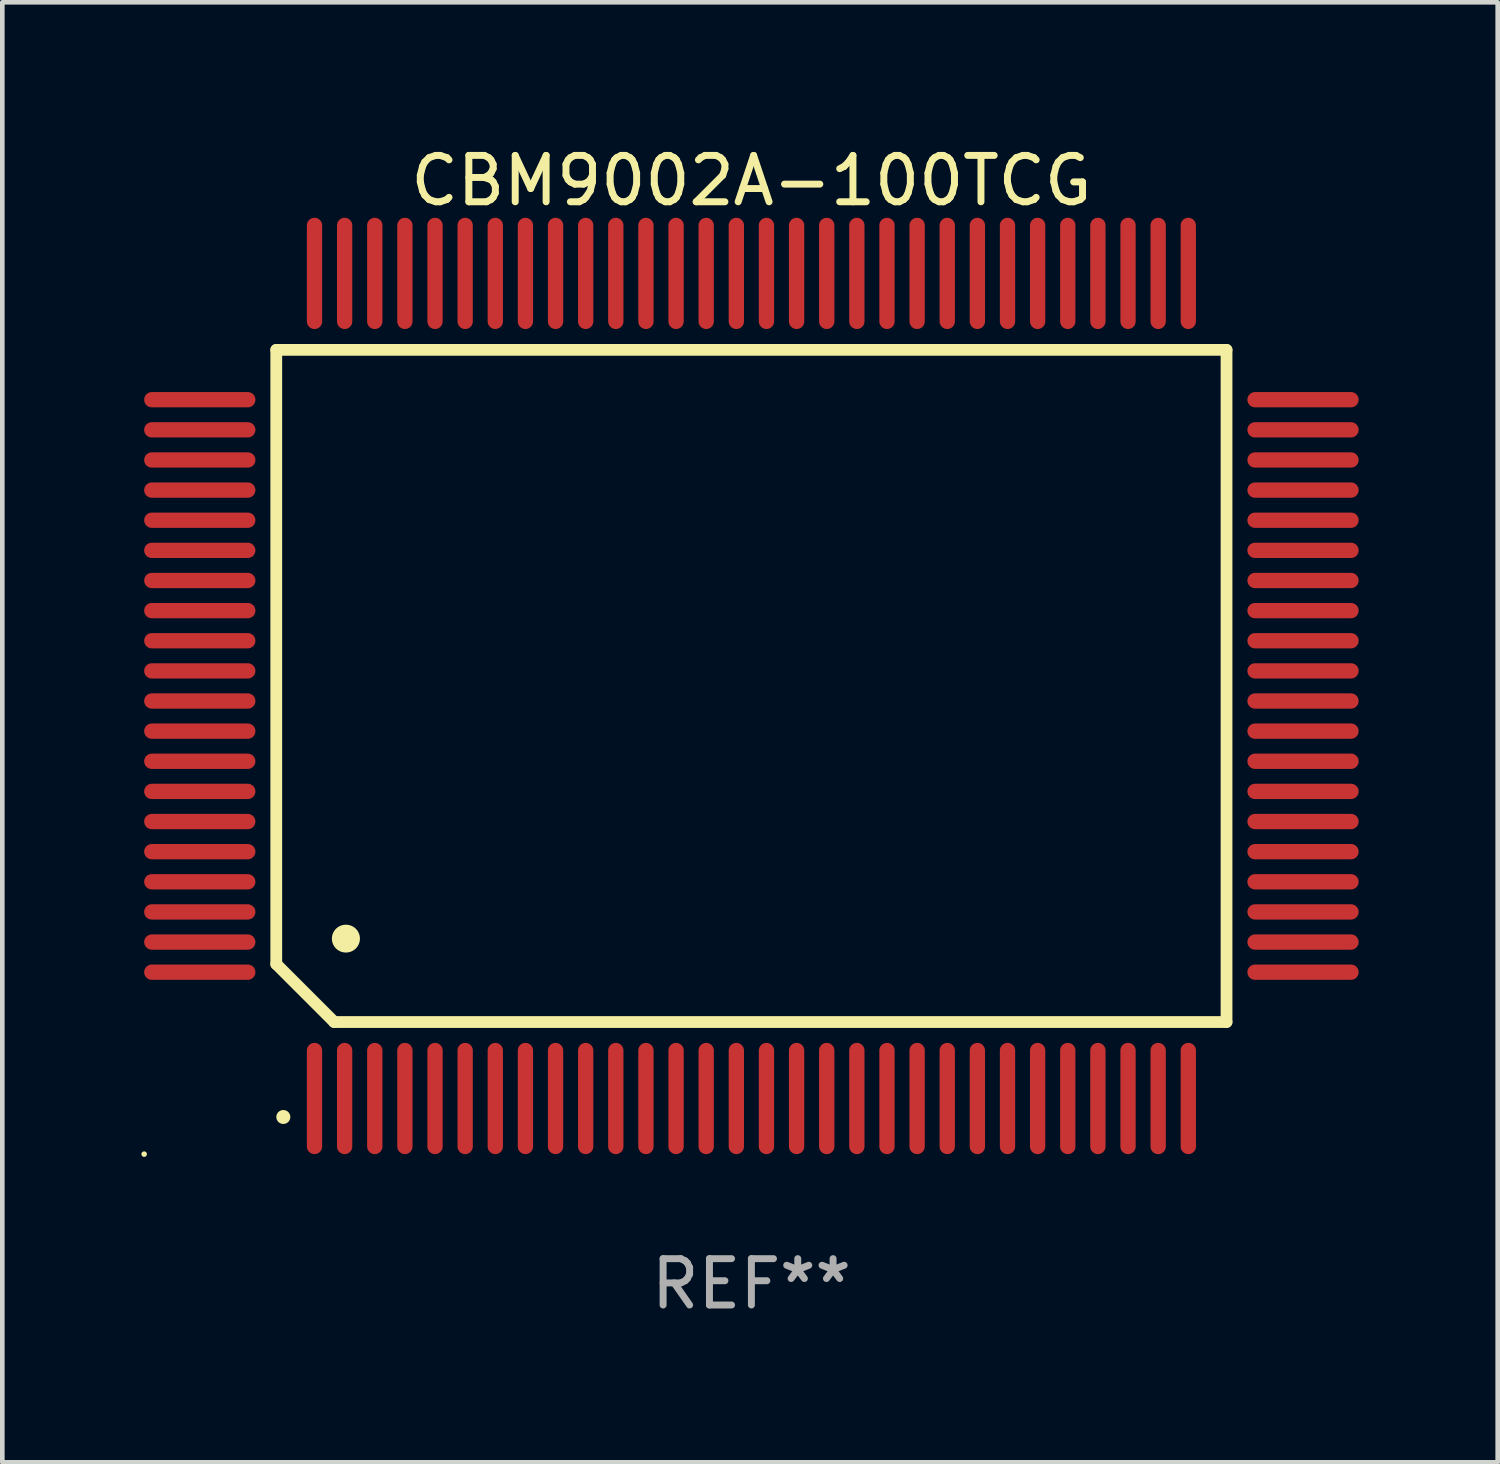
<source format=kicad_pcb>
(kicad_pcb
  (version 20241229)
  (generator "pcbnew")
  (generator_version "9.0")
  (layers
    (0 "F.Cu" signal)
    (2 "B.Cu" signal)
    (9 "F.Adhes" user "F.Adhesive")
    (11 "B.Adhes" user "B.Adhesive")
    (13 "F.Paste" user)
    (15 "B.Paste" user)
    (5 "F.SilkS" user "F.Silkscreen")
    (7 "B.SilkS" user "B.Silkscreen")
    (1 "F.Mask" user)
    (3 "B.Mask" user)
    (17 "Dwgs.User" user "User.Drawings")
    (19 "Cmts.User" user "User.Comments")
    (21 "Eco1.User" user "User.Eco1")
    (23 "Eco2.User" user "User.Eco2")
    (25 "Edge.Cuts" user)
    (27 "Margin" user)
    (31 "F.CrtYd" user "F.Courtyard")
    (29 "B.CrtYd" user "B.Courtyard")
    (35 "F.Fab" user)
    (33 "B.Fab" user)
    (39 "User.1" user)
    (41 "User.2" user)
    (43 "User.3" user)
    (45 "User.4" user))
  (footprint "CBM9002A-100TCG"
    (layer "F.Cu")
    (at 13.16 11.748)
    (property "Reference" "CBM9002A-100TCG" (at 0 -10.9 0) (layer "F.SilkS") (effects (font (size 1 1) (thickness 0.15))))
    (attr through_hole)
    (fp_line (start -10.25 -7.25) (end 10.25 -7.25) (stroke (width 0.254) (type solid)) (layer "F.SilkS"))
    (fp_line (start -10.25 6) (end -10.25 -7.25) (stroke (width 0.254) (type solid)) (layer "F.SilkS"))
    (fp_line (start -9 7.25) (end -10.25 6) (stroke (width 0.254) (type solid)) (layer "F.SilkS"))
    (fp_line (start 10.25 -7.25) (end 10.25 7.25) (stroke (width 0.254) (type solid)) (layer "F.SilkS"))
    (fp_line (start 10.25 7.25) (end -9 7.25) (stroke (width 0.254) (type solid)) (layer "F.SilkS"))
    (fp_arc (start -10.09906 9.298959) (mid -10.09779 9.298954) (end -10.09652 9.298959) (stroke (width 0.3) (type solid)) (layer "F.SilkS"))
    (fp_arc (start -8.750318 5.450851) (mid -8.747778 5.45084) (end -8.745238 5.450851) (stroke (width 0.6) (type solid)) (layer "F.SilkS"))
    (fp_circle (center -13.1 10.1) (end -13.07 10.1) (stroke (width 0.06) (type solid)) (fill no) (layer "F.SilkS"))
    (fp_text user "REF**" (at 0 12.9 0) (layer "F.Fab") (effects (font (size 1 1) (thickness 0.15))))
    (pad "1" smd oval (at -9.425 8.9 180) (size 0.33 2.4) (layers "F.Cu" "F.Mask" "F.Paste"))
    (pad "2" smd oval (at -8.775 8.9 180) (size 0.33 2.4) (layers "F.Cu" "F.Mask" "F.Paste"))
    (pad "3" smd oval (at -8.125 8.9 180) (size 0.33 2.4) (layers "F.Cu" "F.Mask" "F.Paste"))
    (pad "4" smd oval (at -7.475 8.9 180) (size 0.33 2.4) (layers "F.Cu" "F.Mask" "F.Paste"))
    (pad "5" smd oval (at -6.825 8.9 180) (size 0.33 2.4) (layers "F.Cu" "F.Mask" "F.Paste"))
    (pad "6" smd oval (at -6.175 8.9 180) (size 0.33 2.4) (layers "F.Cu" "F.Mask" "F.Paste"))
    (pad "7" smd oval (at -5.525 8.9 180) (size 0.33 2.4) (layers "F.Cu" "F.Mask" "F.Paste"))
    (pad "8" smd oval (at -4.875 8.9 180) (size 0.33 2.4) (layers "F.Cu" "F.Mask" "F.Paste"))
    (pad "9" smd oval (at -4.225 8.9 180) (size 0.33 2.4) (layers "F.Cu" "F.Mask" "F.Paste"))
    (pad "10" smd oval (at -3.575 8.9 180) (size 0.33 2.4) (layers "F.Cu" "F.Mask" "F.Paste"))
    (pad "11" smd oval (at -2.925 8.9 180) (size 0.33 2.4) (layers "F.Cu" "F.Mask" "F.Paste"))
    (pad "12" smd oval (at -2.275 8.9 180) (size 0.33 2.4) (layers "F.Cu" "F.Mask" "F.Paste"))
    (pad "13" smd oval (at -1.625 8.9 180) (size 0.33 2.4) (layers "F.Cu" "F.Mask" "F.Paste"))
    (pad "14" smd oval (at -0.975 8.9 180) (size 0.33 2.4) (layers "F.Cu" "F.Mask" "F.Paste"))
    (pad "15" smd oval (at -0.325 8.9 180) (size 0.33 2.4) (layers "F.Cu" "F.Mask" "F.Paste"))
    (pad "16" smd oval (at 0.325 8.9 180) (size 0.33 2.4) (layers "F.Cu" "F.Mask" "F.Paste"))
    (pad "17" smd oval (at 0.975 8.9 180) (size 0.33 2.4) (layers "F.Cu" "F.Mask" "F.Paste"))
    (pad "18" smd oval (at 1.625 8.9 180) (size 0.33 2.4) (layers "F.Cu" "F.Mask" "F.Paste"))
    (pad "19" smd oval (at 2.275 8.9 180) (size 0.33 2.4) (layers "F.Cu" "F.Mask" "F.Paste"))
    (pad "20" smd oval (at 2.925 8.9 180) (size 0.33 2.4) (layers "F.Cu" "F.Mask" "F.Paste"))
    (pad "21" smd oval (at 3.575 8.9 180) (size 0.33 2.4) (layers "F.Cu" "F.Mask" "F.Paste"))
    (pad "22" smd oval (at 4.225 8.9 180) (size 0.33 2.4) (layers "F.Cu" "F.Mask" "F.Paste"))
    (pad "23" smd oval (at 4.875 8.9 180) (size 0.33 2.4) (layers "F.Cu" "F.Mask" "F.Paste"))
    (pad "24" smd oval (at 5.525 8.9 180) (size 0.33 2.4) (layers "F.Cu" "F.Mask" "F.Paste"))
    (pad "25" smd oval (at 6.175 8.9 180) (size 0.33 2.4) (layers "F.Cu" "F.Mask" "F.Paste"))
    (pad "26" smd oval (at 6.825 8.9 180) (size 0.33 2.4) (layers "F.Cu" "F.Mask" "F.Paste"))
    (pad "27" smd oval (at 7.475 8.9 180) (size 0.33 2.4) (layers "F.Cu" "F.Mask" "F.Paste"))
    (pad "28" smd oval (at 8.125 8.9 180) (size 0.33 2.4) (layers "F.Cu" "F.Mask" "F.Paste"))
    (pad "29" smd oval (at 8.775 8.9 180) (size 0.33 2.4) (layers "F.Cu" "F.Mask" "F.Paste"))
    (pad "30" smd oval (at 9.425 8.9 180) (size 0.33 2.4) (layers "F.Cu" "F.Mask" "F.Paste"))
    (pad "31" smd oval (at 11.9 6.175 270) (size 0.33 2.4) (layers "F.Cu" "F.Mask" "F.Paste"))
    (pad "32" smd oval (at 11.9 5.525 270) (size 0.33 2.4) (layers "F.Cu" "F.Mask" "F.Paste"))
    (pad "33" smd oval (at 11.9 4.875 270) (size 0.33 2.4) (layers "F.Cu" "F.Mask" "F.Paste"))
    (pad "34" smd oval (at 11.9 4.225 270) (size 0.33 2.4) (layers "F.Cu" "F.Mask" "F.Paste"))
    (pad "35" smd oval (at 11.9 3.575 270) (size 0.33 2.4) (layers "F.Cu" "F.Mask" "F.Paste"))
    (pad "36" smd oval (at 11.9 2.925 270) (size 0.33 2.4) (layers "F.Cu" "F.Mask" "F.Paste"))
    (pad "37" smd oval (at 11.9 2.275 270) (size 0.33 2.4) (layers "F.Cu" "F.Mask" "F.Paste"))
    (pad "38" smd oval (at 11.9 1.625 270) (size 0.33 2.4) (layers "F.Cu" "F.Mask" "F.Paste"))
    (pad "39" smd oval (at 11.9 0.975 270) (size 0.33 2.4) (layers "F.Cu" "F.Mask" "F.Paste"))
    (pad "40" smd oval (at 11.9 0.325 270) (size 0.33 2.4) (layers "F.Cu" "F.Mask" "F.Paste"))
    (pad "41" smd oval (at 11.9 -0.325 270) (size 0.33 2.4) (layers "F.Cu" "F.Mask" "F.Paste"))
    (pad "42" smd oval (at 11.9 -0.975 270) (size 0.33 2.4) (layers "F.Cu" "F.Mask" "F.Paste"))
    (pad "43" smd oval (at 11.9 -1.625 270) (size 0.33 2.4) (layers "F.Cu" "F.Mask" "F.Paste"))
    (pad "44" smd oval (at 11.9 -2.275 270) (size 0.33 2.4) (layers "F.Cu" "F.Mask" "F.Paste"))
    (pad "45" smd oval (at 11.9 -2.925 270) (size 0.33 2.4) (layers "F.Cu" "F.Mask" "F.Paste"))
    (pad "46" smd oval (at 11.9 -3.575 270) (size 0.33 2.4) (layers "F.Cu" "F.Mask" "F.Paste"))
    (pad "47" smd oval (at 11.9 -4.225 270) (size 0.33 2.4) (layers "F.Cu" "F.Mask" "F.Paste"))
    (pad "48" smd oval (at 11.9 -4.875 270) (size 0.33 2.4) (layers "F.Cu" "F.Mask" "F.Paste"))
    (pad "49" smd oval (at 11.9 -5.525 270) (size 0.33 2.4) (layers "F.Cu" "F.Mask" "F.Paste"))
    (pad "50" smd oval (at 11.9 -6.175 270) (size 0.33 2.4) (layers "F.Cu" "F.Mask" "F.Paste"))
    (pad "51" smd oval (at 9.425 -8.9) (size 0.33 2.4) (layers "F.Cu" "F.Mask" "F.Paste"))
    (pad "52" smd oval (at 8.775 -8.9) (size 0.33 2.4) (layers "F.Cu" "F.Mask" "F.Paste"))
    (pad "53" smd oval (at 8.125 -8.9) (size 0.33 2.4) (layers "F.Cu" "F.Mask" "F.Paste"))
    (pad "54" smd oval (at 7.475 -8.9) (size 0.33 2.4) (layers "F.Cu" "F.Mask" "F.Paste"))
    (pad "55" smd oval (at 6.825 -8.9) (size 0.33 2.4) (layers "F.Cu" "F.Mask" "F.Paste"))
    (pad "56" smd oval (at 6.175 -8.9) (size 0.33 2.4) (layers "F.Cu" "F.Mask" "F.Paste"))
    (pad "57" smd oval (at 5.525 -8.9) (size 0.33 2.4) (layers "F.Cu" "F.Mask" "F.Paste"))
    (pad "58" smd oval (at 4.875 -8.9) (size 0.33 2.4) (layers "F.Cu" "F.Mask" "F.Paste"))
    (pad "59" smd oval (at 4.225 -8.9) (size 0.33 2.4) (layers "F.Cu" "F.Mask" "F.Paste"))
    (pad "60" smd oval (at 3.575 -8.9) (size 0.33 2.4) (layers "F.Cu" "F.Mask" "F.Paste"))
    (pad "61" smd oval (at 2.925 -8.9) (size 0.33 2.4) (layers "F.Cu" "F.Mask" "F.Paste"))
    (pad "62" smd oval (at 2.275 -8.9) (size 0.33 2.4) (layers "F.Cu" "F.Mask" "F.Paste"))
    (pad "63" smd oval (at 1.625 -8.9) (size 0.33 2.4) (layers "F.Cu" "F.Mask" "F.Paste"))
    (pad "64" smd oval (at 0.975 -8.9) (size 0.33 2.4) (layers "F.Cu" "F.Mask" "F.Paste"))
    (pad "65" smd oval (at 0.325 -8.9) (size 0.33 2.4) (layers "F.Cu" "F.Mask" "F.Paste"))
    (pad "66" smd oval (at -0.325 -8.9) (size 0.33 2.4) (layers "F.Cu" "F.Mask" "F.Paste"))
    (pad "67" smd oval (at -0.975 -8.9) (size 0.33 2.4) (layers "F.Cu" "F.Mask" "F.Paste"))
    (pad "68" smd oval (at -1.625 -8.9) (size 0.33 2.4) (layers "F.Cu" "F.Mask" "F.Paste"))
    (pad "69" smd oval (at -2.275 -8.9) (size 0.33 2.4) (layers "F.Cu" "F.Mask" "F.Paste"))
    (pad "70" smd oval (at -2.925 -8.9) (size 0.33 2.4) (layers "F.Cu" "F.Mask" "F.Paste"))
    (pad "71" smd oval (at -3.575 -8.9) (size 0.33 2.4) (layers "F.Cu" "F.Mask" "F.Paste"))
    (pad "72" smd oval (at -4.225 -8.9) (size 0.33 2.4) (layers "F.Cu" "F.Mask" "F.Paste"))
    (pad "73" smd oval (at -4.875 -8.9) (size 0.33 2.4) (layers "F.Cu" "F.Mask" "F.Paste"))
    (pad "74" smd oval (at -5.525 -8.9) (size 0.33 2.4) (layers "F.Cu" "F.Mask" "F.Paste"))
    (pad "75" smd oval (at -6.175 -8.9) (size 0.33 2.4) (layers "F.Cu" "F.Mask" "F.Paste"))
    (pad "76" smd oval (at -6.825 -8.9) (size 0.33 2.4) (layers "F.Cu" "F.Mask" "F.Paste"))
    (pad "77" smd oval (at -7.475 -8.9) (size 0.33 2.4) (layers "F.Cu" "F.Mask" "F.Paste"))
    (pad "78" smd oval (at -8.125 -8.9) (size 0.33 2.4) (layers "F.Cu" "F.Mask" "F.Paste"))
    (pad "79" smd oval (at -8.775 -8.9) (size 0.33 2.4) (layers "F.Cu" "F.Mask" "F.Paste"))
    (pad "80" smd oval (at -9.425 -8.9) (size 0.33 2.4) (layers "F.Cu" "F.Mask" "F.Paste"))
    (pad "81" smd oval (at -11.9 -6.175 90) (size 0.33 2.4) (layers "F.Cu" "F.Mask" "F.Paste"))
    (pad "82" smd oval (at -11.9 -5.525 90) (size 0.33 2.4) (layers "F.Cu" "F.Mask" "F.Paste"))
    (pad "83" smd oval (at -11.9 -4.875 90) (size 0.33 2.4) (layers "F.Cu" "F.Mask" "F.Paste"))
    (pad "84" smd oval (at -11.9 -4.225 90) (size 0.33 2.4) (layers "F.Cu" "F.Mask" "F.Paste"))
    (pad "85" smd oval (at -11.9 -3.575 90) (size 0.33 2.4) (layers "F.Cu" "F.Mask" "F.Paste"))
    (pad "86" smd oval (at -11.9 -2.925 90) (size 0.33 2.4) (layers "F.Cu" "F.Mask" "F.Paste"))
    (pad "87" smd oval (at -11.9 -2.275 90) (size 0.33 2.4) (layers "F.Cu" "F.Mask" "F.Paste"))
    (pad "88" smd oval (at -11.9 -1.625 90) (size 0.33 2.4) (layers "F.Cu" "F.Mask" "F.Paste"))
    (pad "89" smd oval (at -11.9 -0.975 90) (size 0.33 2.4) (layers "F.Cu" "F.Mask" "F.Paste"))
    (pad "90" smd oval (at -11.9 -0.325 90) (size 0.33 2.4) (layers "F.Cu" "F.Mask" "F.Paste"))
    (pad "91" smd oval (at -11.9 0.325 90) (size 0.33 2.4) (layers "F.Cu" "F.Mask" "F.Paste"))
    (pad "92" smd oval (at -11.9 0.975 90) (size 0.33 2.4) (layers "F.Cu" "F.Mask" "F.Paste"))
    (pad "93" smd oval (at -11.9 1.625 90) (size 0.33 2.4) (layers "F.Cu" "F.Mask" "F.Paste"))
    (pad "94" smd oval (at -11.9 2.275 90) (size 0.33 2.4) (layers "F.Cu" "F.Mask" "F.Paste"))
    (pad "95" smd oval (at -11.9 2.925 90) (size 0.33 2.4) (layers "F.Cu" "F.Mask" "F.Paste"))
    (pad "96" smd oval (at -11.9 3.575 90) (size 0.33 2.4) (layers "F.Cu" "F.Mask" "F.Paste"))
    (pad "97" smd oval (at -11.9 4.225 90) (size 0.33 2.4) (layers "F.Cu" "F.Mask" "F.Paste"))
    (pad "98" smd oval (at -11.9 4.875 90) (size 0.33 2.4) (layers "F.Cu" "F.Mask" "F.Paste"))
    (pad "99" smd oval (at -11.9 5.525 90) (size 0.33 2.4) (layers "F.Cu" "F.Mask" "F.Paste"))
    (pad "100" smd oval (at -11.9 6.175 90) (size 0.33 2.4) (layers "F.Cu" "F.Mask" "F.Paste")))
  (gr_rect
    (start -3 -3)
    (end 29.26 28.496)
    (stroke (width 0.1) (type default))
    (fill no)
    (layer "Edge.Cuts")))
</source>
